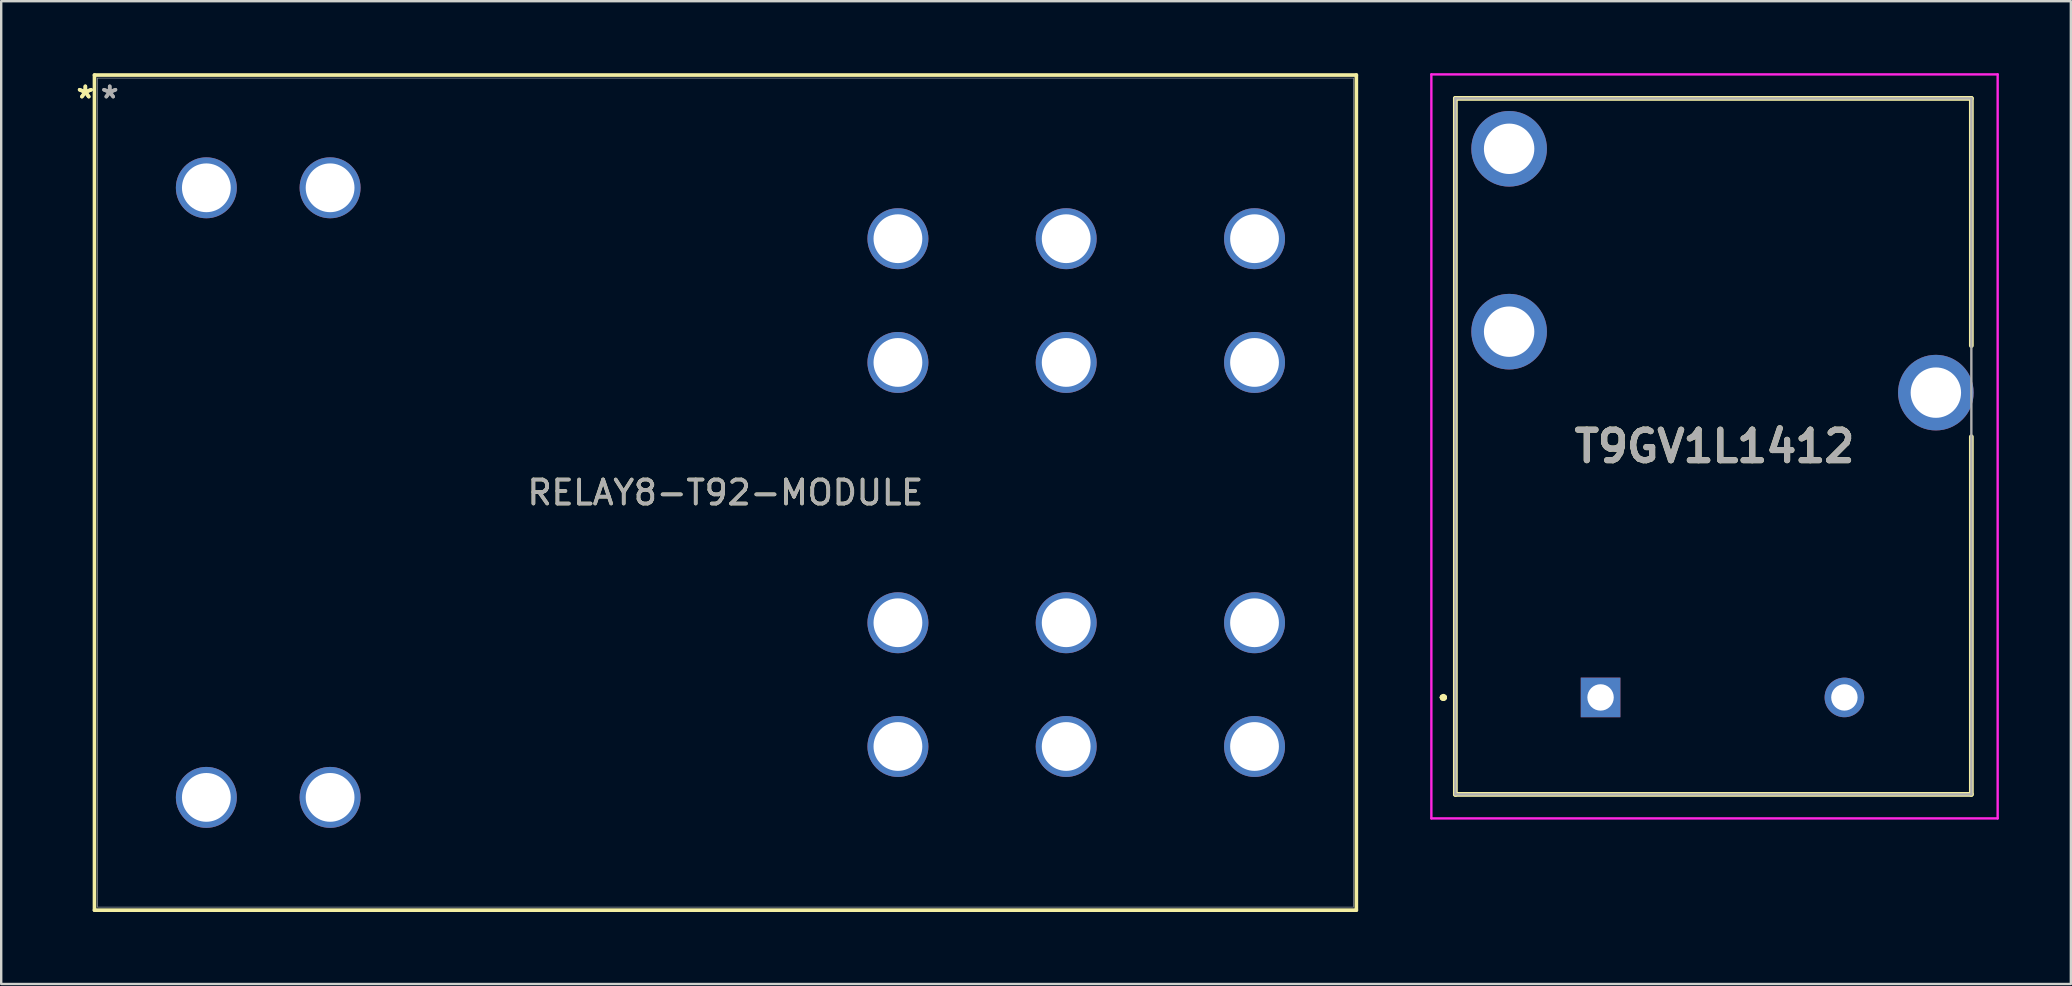
<source format=kicad_pcb>
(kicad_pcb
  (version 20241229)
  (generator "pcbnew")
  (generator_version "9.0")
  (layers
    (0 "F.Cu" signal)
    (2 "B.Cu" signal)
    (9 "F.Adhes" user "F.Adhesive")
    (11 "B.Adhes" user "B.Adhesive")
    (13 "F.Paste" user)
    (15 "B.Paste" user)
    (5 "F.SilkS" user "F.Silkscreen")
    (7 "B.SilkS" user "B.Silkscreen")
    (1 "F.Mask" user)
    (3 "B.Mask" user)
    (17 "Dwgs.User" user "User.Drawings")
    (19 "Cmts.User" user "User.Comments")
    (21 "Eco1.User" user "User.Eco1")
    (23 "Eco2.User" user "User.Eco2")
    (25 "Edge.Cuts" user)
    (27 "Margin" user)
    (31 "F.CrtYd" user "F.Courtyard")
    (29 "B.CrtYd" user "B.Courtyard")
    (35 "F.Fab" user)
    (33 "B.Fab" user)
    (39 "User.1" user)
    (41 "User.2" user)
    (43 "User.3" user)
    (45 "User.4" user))
  (footprint "RELAY8-T92-MODULE"
    (layer "F.Cu")
    (at 5.548 4.775)
    (property "Reference" "RELAY8-T92-MODULE" (at 21.628 12.7 0) (unlocked yes) (layer "F.SilkS") (effects (font (size 1 1) (thickness 0.15))))
    (attr through_hole)
    (fp_line (start -4.661 -4.699) (end -4.661 30.099) (stroke (width 0.152) (type solid)) (layer "F.SilkS"))
    (fp_line (start -4.661 30.099) (end 47.917 30.099) (stroke (width 0.152) (type solid)) (layer "F.SilkS"))
    (fp_line (start 47.917 -4.699) (end -4.661 -4.699) (stroke (width 0.152) (type solid)) (layer "F.SilkS"))
    (fp_line (start 47.917 30.099) (end 47.917 -4.699) (stroke (width 0.152) (type solid)) (layer "F.SilkS"))
    (fp_line (start -4.534 -4.572) (end -4.534 29.972) (stroke (width 0.025) (type solid)) (layer "F.Fab"))
    (fp_line (start -4.534 29.972) (end 47.79 29.972) (stroke (width 0.025) (type solid)) (layer "F.Fab"))
    (fp_line (start 47.79 -4.572) (end -4.534 -4.572) (stroke (width 0.025) (type solid)) (layer "F.Fab"))
    (fp_line (start 47.79 29.972) (end 47.79 -4.572) (stroke (width 0.025) (type solid)) (layer "F.Fab"))
    (fp_text user "*" (at -5.042 -3.683 0) (layer "F.SilkS") (effects (font (size 1 1) (thickness 0.15))))
    (fp_text user "*" (at -5.042 -3.683 0) (unlocked yes) (layer "F.SilkS") (effects (font (size 1 1) (thickness 0.15))))
    (fp_text user "*" (at -4.026 -3.683 0) (layer "F.Fab") (effects (font (size 1 1) (thickness 0.15))))
    (fp_text user "${REFERENCE}" (at 21.628 12.7 0) (unlocked yes) (layer "F.Fab") (effects (font (size 1 1) (thickness 0.15))))
    (fp_text user "*" (at -4.026 -3.683 0) (unlocked yes) (layer "F.Fab") (effects (font (size 1 1) (thickness 0.15))))
    (pad "0A" thru_hole circle (at 0 0) (size 2.54 2.54) (drill 2.032) (layers "*.Cu" "*.Mask"))
    (pad "0B" thru_hole circle (at 5.156 0) (size 2.54 2.54) (drill 2.032) (layers "*.Cu" "*.Mask"))
    (pad "1A" thru_hole circle (at 0 25.4) (size 2.54 2.54) (drill 2.032) (layers "*.Cu" "*.Mask"))
    (pad "1B" thru_hole circle (at 5.156 25.4) (size 2.54 2.54) (drill 2.032) (layers "*.Cu" "*.Mask"))
    (pad "2A" thru_hole circle (at 43.675 2.121) (size 2.54 2.54) (drill 2.032) (layers "*.Cu" "*.Mask"))
    (pad "2B" thru_hole circle (at 43.675 7.277) (size 2.54 2.54) (drill 2.032) (layers "*.Cu" "*.Mask"))
    (pad "3A" thru_hole circle (at 28.816 2.121) (size 2.54 2.54) (drill 2.032) (layers "*.Cu" "*.Mask"))
    (pad "3B" thru_hole circle (at 28.816 7.277) (size 2.54 2.54) (drill 2.032) (layers "*.Cu" "*.Mask"))
    (pad "4A" thru_hole circle (at 35.827 2.121) (size 2.54 2.54) (drill 2.032) (layers "*.Cu" "*.Mask"))
    (pad "4B" thru_hole circle (at 35.827 7.277) (size 2.54 2.54) (drill 2.032) (layers "*.Cu" "*.Mask"))
    (pad "6A" thru_hole circle (at 43.675 23.279) (size 2.54 2.54) (drill 2.032) (layers "*.Cu" "*.Mask"))
    (pad "6B" thru_hole circle (at 43.675 18.123) (size 2.54 2.54) (drill 2.032) (layers "*.Cu" "*.Mask"))
    (pad "7A" thru_hole circle (at 28.816 23.279) (size 2.54 2.54) (drill 2.032) (layers "*.Cu" "*.Mask"))
    (pad "7B" thru_hole circle (at 28.816 18.123) (size 2.54 2.54) (drill 2.032) (layers "*.Cu" "*.Mask"))
    (pad "8A" thru_hole circle (at 35.827 23.279) (size 2.54 2.54) (drill 2.032) (layers "*.Cu" "*.Mask"))
    (pad "8B" thru_hole circle (at 35.827 18.123) (size 2.54 2.54) (drill 2.032) (layers "*.Cu" "*.Mask")))
  (footprint "T9GV1L1412"
    (layer "F.Cu")
    (at 63.641 26.01)
    (property "Reference" "T9GV1L1412" (at 4.748 -10.46 0) (layer "F.SilkS") (effects (font (size 1.27 1.27) (thickness 0.254))))
    (attr through_hole)
    (fp_line (start -6.6 0) (end -6.6 0) (stroke (width 0.2) (type solid)) (layer "F.SilkS"))
    (fp_line (start -6.6 0) (end -6.6 0) (stroke (width 0.2) (type solid)) (layer "F.SilkS"))
    (fp_line (start -6.5 0) (end -6.5 0) (stroke (width 0.2) (type solid)) (layer "F.SilkS"))
    (fp_line (start -6.05 -24.96) (end -6.05 4.04) (stroke (width 0.2) (type solid)) (layer "F.SilkS"))
    (fp_line (start -6.05 4.04) (end 15.45 4.04) (stroke (width 0.2) (type solid)) (layer "F.SilkS"))
    (fp_line (start 15.45 -24.96) (end -6.05 -24.96) (stroke (width 0.2) (type solid)) (layer "F.SilkS"))
    (fp_line (start 15.45 -14.66) (end 15.45 -24.96) (stroke (width 0.2) (type solid)) (layer "F.SilkS"))
    (fp_line (start 15.45 4.04) (end 15.45 -10.86) (stroke (width 0.2) (type solid)) (layer "F.SilkS"))
    (fp_arc (start -6.6 0) (mid -6.55 -0.05) (end -6.5 0) (stroke (width 0.2) (type solid)) (layer "F.SilkS"))
    (fp_arc (start -6.5 0) (mid -6.55 0.05) (end -6.6 0) (stroke (width 0.2) (type solid)) (layer "F.SilkS"))
    (fp_arc (start -6.5 0) (mid -6.55 0.05) (end -6.6 0) (stroke (width 0.2) (type solid)) (layer "F.SilkS"))
    (fp_line (start -7.05 -25.96) (end 16.546 -25.96) (stroke (width 0.1) (type solid)) (layer "F.CrtYd"))
    (fp_line (start -7.05 5.04) (end -7.05 -25.96) (stroke (width 0.1) (type solid)) (layer "F.CrtYd"))
    (fp_line (start 16.546 -25.96) (end 16.546 5.04) (stroke (width 0.1) (type solid)) (layer "F.CrtYd"))
    (fp_line (start 16.546 5.04) (end -7.05 5.04) (stroke (width 0.1) (type solid)) (layer "F.CrtYd"))
    (fp_line (start -6.05 -24.96) (end -6.05 4.04) (stroke (width 0.1) (type solid)) (layer "F.Fab"))
    (fp_line (start -6.05 4.04) (end 15.45 4.04) (stroke (width 0.1) (type solid)) (layer "F.Fab"))
    (fp_line (start 15.45 -24.96) (end -6.05 -24.96) (stroke (width 0.1) (type solid)) (layer "F.Fab"))
    (fp_line (start 15.45 4.04) (end 15.45 -24.96) (stroke (width 0.1) (type solid)) (layer "F.Fab"))
    (fp_text user "${REFERENCE}" (at 4.748 -10.46 0) (layer "F.Fab") (effects (font (size 1.27 1.27) (thickness 0.254))))
    (pad "1" thru_hole rect (at 0 0) (size 1.65 1.65) (drill 1.1) (layers "*.Cu" "*.Mask"))
    (pad "2" thru_hole circle (at 10.16 0) (size 1.65 1.65) (drill 1.1) (layers "*.Cu" "*.Mask"))
    (pad "3" thru_hole circle (at 13.971 -12.7) (size 3.15 3.15) (drill 2.1) (layers "*.Cu" "*.Mask"))
    (pad "4" thru_hole circle (at -3.81 -22.86) (size 3.15 3.15) (drill 2.1) (layers "*.Cu" "*.Mask"))
    (pad "5" thru_hole circle (at -3.81 -15.24) (size 3.15 3.15) (drill 2.1) (layers "*.Cu" "*.Mask")))
  (gr_rect
    (start -3 -3)
    (end 83.237 37.95)
    (stroke (width 0.1) (type default))
    (fill no)
    (layer "Edge.Cuts")))
</source>
